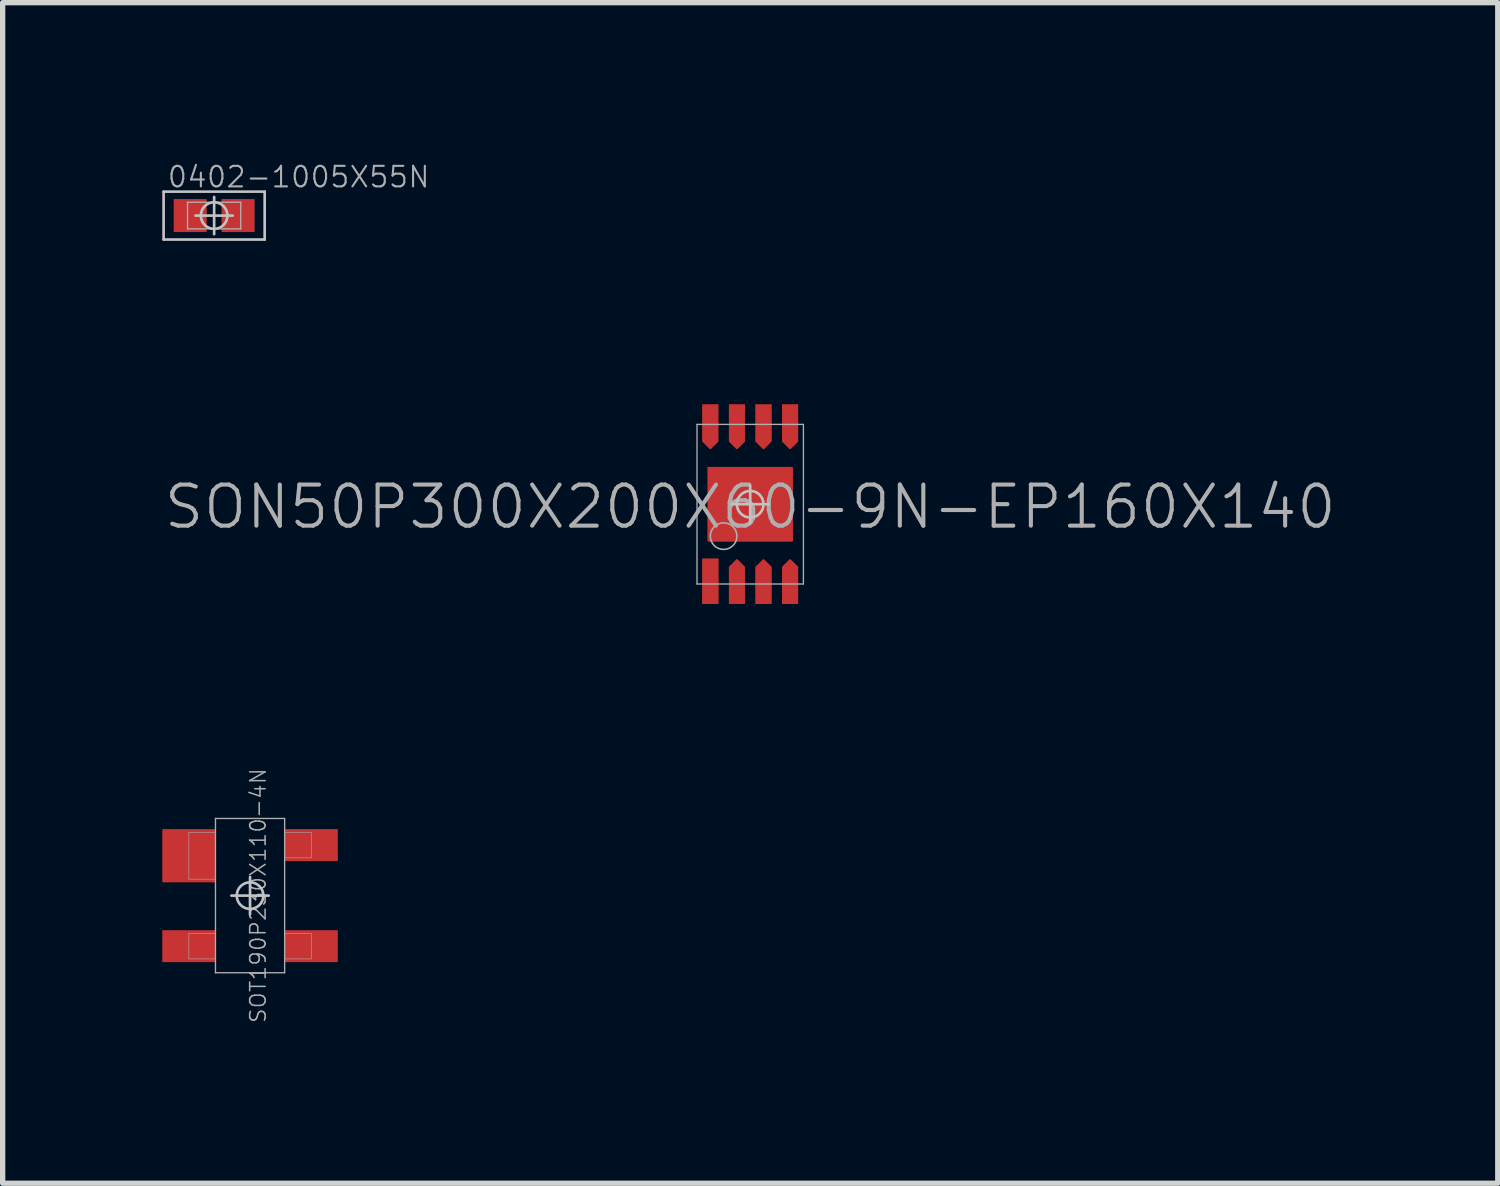
<source format=kicad_pcb>
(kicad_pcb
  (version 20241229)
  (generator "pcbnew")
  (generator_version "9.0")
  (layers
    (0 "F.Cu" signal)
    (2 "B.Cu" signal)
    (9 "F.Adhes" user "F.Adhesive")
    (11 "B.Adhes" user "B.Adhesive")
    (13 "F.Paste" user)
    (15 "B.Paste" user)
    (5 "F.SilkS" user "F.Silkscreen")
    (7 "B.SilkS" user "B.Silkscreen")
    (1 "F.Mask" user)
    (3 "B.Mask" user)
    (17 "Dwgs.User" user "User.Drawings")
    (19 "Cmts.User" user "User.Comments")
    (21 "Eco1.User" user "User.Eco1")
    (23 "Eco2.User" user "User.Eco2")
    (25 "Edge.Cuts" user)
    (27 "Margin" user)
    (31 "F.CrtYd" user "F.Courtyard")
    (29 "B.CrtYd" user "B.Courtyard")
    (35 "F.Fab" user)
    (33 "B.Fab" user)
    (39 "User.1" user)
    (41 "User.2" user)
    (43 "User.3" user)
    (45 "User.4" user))
  (footprint "0402-1005X55N"
    (layer "F.Cu")
    (at 0.975 1.002)
    (property "Reference" "0402-1005X55N" (at -0.9 -0.5 0) (layer "F.Fab") (effects (font (size 0.386 0.386) (thickness 0.039)) (justify left bottom)))
    (attr through_hole)
    (fp_line (start -0.95 -0.45) (end 0.95 -0.45) (stroke (width 0.05) (type solid)) (layer "Dwgs.User"))
    (fp_line (start -0.95 0.45) (end -0.95 -0.45) (stroke (width 0.05) (type solid)) (layer "Dwgs.User"))
    (fp_line (start -0.35 0) (end 0.35 0) (stroke (width 0.05) (type solid)) (layer "Dwgs.User"))
    (fp_line (start 0 0.35) (end 0 -0.35) (stroke (width 0.05) (type solid)) (layer "Dwgs.User"))
    (fp_line (start 0.95 -0.45) (end 0.95 0.45) (stroke (width 0.05) (type solid)) (layer "Dwgs.User"))
    (fp_line (start 0.95 0.45) (end -0.95 0.45) (stroke (width 0.05) (type solid)) (layer "Dwgs.User"))
    (fp_circle (center 0 0) (end 0.25 0) (stroke (width 0.05) (type solid)) (fill no) (layer "Dwgs.User"))
    (fp_line (start -0.5 -0.25) (end -0.5 0.25) (stroke (width 0.025) (type solid)) (layer "F.Fab"))
    (fp_line (start -0.5 0.25) (end 0.5 0.25) (stroke (width 0.025) (type solid)) (layer "F.Fab"))
    (fp_line (start 0.5 -0.25) (end -0.5 -0.25) (stroke (width 0.025) (type solid)) (layer "F.Fab"))
    (fp_line (start 0.5 0.25) (end 0.5 -0.25) (stroke (width 0.025) (type solid)) (layer "F.Fab"))
    (pad "1" smd roundrect (at -0.45 0) (size 0.62 0.62) (layers "F.Cu" "F.Mask" "F.Paste") (roundrect_rratio 0.015))
    (pad "2" smd roundrect (at 0.45 0) (size 0.62 0.62) (layers "F.Cu" "F.Mask" "F.Paste") (roundrect_rratio 0.015)))
  (footprint "SON50P300X200X60-9N-EP160X140"
    (layer "F.Cu")
    (at 11.051 6.427)
    (property "Reference" "SON50P300X200X60-9N-EP160X140" (at 0 0.05 180) (layer "F.Fab") (effects (font (size 0.772 0.772) (thickness 0.077))))
    (attr through_hole)
    (fp_poly (pts (xy -0.902 1.873) (xy -0.902 1.022) (xy -0.597 1.022) (xy -0.597 1.873)) (stroke (width 0) (type solid)) (fill yes) (layer "F.Cu"))
    (fp_poly (pts (xy 0.8 -0.7) (xy -0.8 -0.7) (xy -0.8 0.7) (xy 0.8 0.7)) (stroke (width 0) (type solid)) (fill yes) (layer "F.Cu"))
    (fp_poly (pts (xy -0.6 -1.875) (xy -0.6 -1.175) (xy -0.74 -1.035) (xy -0.75 -1.035) (xy -0.76 -1.035) (xy -0.9 -1.175) (xy -0.9 -1.875)) (stroke (width 0) (type solid)) (fill yes) (layer "F.Cu"))
    (fp_poly (pts (xy -0.4 1.875) (xy -0.4 1.175) (xy -0.26 1.035) (xy -0.25 1.035) (xy -0.24 1.035) (xy -0.1 1.175) (xy -0.1 1.875)) (stroke (width 0) (type solid)) (fill yes) (layer "F.Cu"))
    (fp_poly (pts (xy -0.1 -1.875) (xy -0.1 -1.175) (xy -0.24 -1.035) (xy -0.25 -1.035) (xy -0.26 -1.035) (xy -0.4 -1.175) (xy -0.4 -1.875)) (stroke (width 0) (type solid)) (fill yes) (layer "F.Cu"))
    (fp_poly (pts (xy 0.1 1.875) (xy 0.1 1.175) (xy 0.24 1.035) (xy 0.25 1.035) (xy 0.26 1.035) (xy 0.4 1.175) (xy 0.4 1.875)) (stroke (width 0) (type solid)) (fill yes) (layer "F.Cu"))
    (fp_poly (pts (xy 0.4 -1.875) (xy 0.4 -1.175) (xy 0.26 -1.035) (xy 0.25 -1.035) (xy 0.24 -1.035) (xy 0.1 -1.175) (xy 0.1 -1.875)) (stroke (width 0) (type solid)) (fill yes) (layer "F.Cu"))
    (fp_poly (pts (xy 0.6 1.875) (xy 0.6 1.175) (xy 0.74 1.035) (xy 0.75 1.035) (xy 0.76 1.035) (xy 0.9 1.175) (xy 0.9 1.875)) (stroke (width 0) (type solid)) (fill yes) (layer "F.Cu"))
    (fp_poly (pts (xy 0.9 -1.875) (xy 0.9 -1.175) (xy 0.76 -1.035) (xy 0.75 -1.035) (xy 0.74 -1.035) (xy 0.6 -1.175) (xy 0.6 -1.875)) (stroke (width 0) (type solid)) (fill yes) (layer "F.Cu"))
    (fp_poly (pts (xy -0.525 1.95) (xy -0.525 0.95) (xy -0.975 0.95) (xy -0.975 1.95)) (stroke (width 0) (type solid)) (fill yes) (layer "F.Mask"))
    (fp_poly (pts (xy 0.875 -0.775) (xy -0.875 -0.775) (xy -0.875 0.775) (xy 0.875 0.775)) (stroke (width 0) (type solid)) (fill yes) (layer "F.Mask"))
    (fp_poly (pts (xy -0.025 1.95) (xy -0.025 1.175) (xy -0.054 1.067) (xy -0.133 0.989) (xy -0.24 0.96) (xy -0.25 0.96) (xy -0.26 0.96) (xy -0.367 0.989) (xy -0.475 1.175) (xy -0.475 1.95)) (stroke (width 0) (type solid)) (fill yes) (layer "F.Mask"))
    (fp_poly (pts (xy 0.475 1.95) (xy 0.475 1.175) (xy 0.446 1.067) (xy 0.367 0.989) (xy 0.26 0.96) (xy 0.25 0.96) (xy 0.24 0.96) (xy 0.133 0.989) (xy 0.025 1.175) (xy 0.025 1.95)) (stroke (width 0) (type solid)) (fill yes) (layer "F.Mask"))
    (fp_poly (pts (xy 0.975 1.95) (xy 0.975 1.175) (xy 0.946 1.067) (xy 0.868 0.989) (xy 0.76 0.96) (xy 0.75 0.96) (xy 0.74 0.96) (xy 0.632 0.989) (xy 0.525 1.175) (xy 0.525 1.95)) (stroke (width 0) (type solid)) (fill yes) (layer "F.Mask"))
    (fp_poly (pts (xy -0.975 -1.95) (xy -0.975 -1.175) (xy -0.946 -1.067) (xy -0.868 -0.989) (xy -0.76 -0.96) (xy -0.75 -0.96) (xy -0.74 -0.96) (xy -0.632 -0.989) (xy -0.554 -1.067) (xy -0.525 -1.175) (xy -0.525 -1.95)) (stroke (width 0) (type solid)) (fill yes) (layer "F.Mask"))
    (fp_poly (pts (xy -0.475 -1.95) (xy -0.475 -1.175) (xy -0.446 -1.067) (xy -0.367 -0.989) (xy -0.26 -0.96) (xy -0.25 -0.96) (xy -0.24 -0.96) (xy -0.133 -0.989) (xy -0.054 -1.067) (xy -0.025 -1.175) (xy -0.025 -1.95)) (stroke (width 0) (type solid)) (fill yes) (layer "F.Mask"))
    (fp_poly (pts (xy 0.025 -1.95) (xy 0.025 -1.175) (xy 0.054 -1.067) (xy 0.133 -0.989) (xy 0.24 -0.96) (xy 0.25 -0.96) (xy 0.26 -0.96) (xy 0.367 -0.989) (xy 0.446 -1.067) (xy 0.475 -1.175) (xy 0.475 -1.95)) (stroke (width 0) (type solid)) (fill yes) (layer "F.Mask"))
    (fp_poly (pts (xy 0.525 -1.95) (xy 0.525 -1.175) (xy 0.554 -1.067) (xy 0.632 -0.989) (xy 0.74 -0.96) (xy 0.75 -0.96) (xy 0.76 -0.96) (xy 0.868 -0.989) (xy 0.946 -1.067) (xy 0.975 -1.175) (xy 0.975 -1.95)) (stroke (width 0) (type solid)) (fill yes) (layer "F.Mask"))
    (fp_poly (pts (xy -0.6 1.875) (xy -0.6 1.025) (xy -0.9 1.025) (xy -0.9 1.875)) (stroke (width 0) (type solid)) (fill yes) (layer "F.Paste"))
    (fp_poly (pts (xy -0.1 -0.1) (xy -0.1 -0.65) (xy -0.75 -0.65) (xy -0.75 -0.1)) (stroke (width 0) (type solid)) (fill yes) (layer "F.Paste"))
    (fp_poly (pts (xy -0.1 0.65) (xy -0.1 0.1) (xy -0.75 0.1) (xy -0.75 0.65)) (stroke (width 0) (type solid)) (fill yes) (layer "F.Paste"))
    (fp_poly (pts (xy 0.75 -0.1) (xy 0.75 -0.65) (xy 0.1 -0.65) (xy 0.1 -0.1)) (stroke (width 0) (type solid)) (fill yes) (layer "F.Paste"))
    (fp_poly (pts (xy 0.75 0.65) (xy 0.75 0.1) (xy 0.1 0.1) (xy 0.1 0.65)) (stroke (width 0) (type solid)) (fill yes) (layer "F.Paste"))
    (fp_poly (pts (xy -0.6 -1.87) (xy -0.6 -1.17) (xy -0.74 -1.03) (xy -0.76 -1.03) (xy -0.9 -1.17) (xy -0.9 -1.87)) (stroke (width 0) (type solid)) (fill yes) (layer "F.Paste"))
    (fp_poly (pts (xy -0.4 1.875) (xy -0.4 1.175) (xy -0.26 1.035) (xy -0.24 1.035) (xy -0.1 1.175) (xy -0.1 1.875)) (stroke (width 0) (type solid)) (fill yes) (layer "F.Paste"))
    (fp_poly (pts (xy -0.1 -1.875) (xy -0.1 -1.175) (xy -0.24 -1.035) (xy -0.26 -1.035) (xy -0.4 -1.175) (xy -0.4 -1.875)) (stroke (width 0) (type solid)) (fill yes) (layer "F.Paste"))
    (fp_poly (pts (xy 0.1 1.875) (xy 0.1 1.175) (xy 0.24 1.035) (xy 0.26 1.035) (xy 0.4 1.175) (xy 0.4 1.875)) (stroke (width 0) (type solid)) (fill yes) (layer "F.Paste"))
    (fp_poly (pts (xy 0.4 -1.875) (xy 0.4 -1.175) (xy 0.26 -1.035) (xy 0.24 -1.035) (xy 0.1 -1.175) (xy 0.1 -1.875)) (stroke (width 0) (type solid)) (fill yes) (layer "F.Paste"))
    (fp_poly (pts (xy 0.6 1.875) (xy 0.6 1.175) (xy 0.74 1.035) (xy 0.76 1.035) (xy 0.9 1.175) (xy 0.9 1.875)) (stroke (width 0) (type solid)) (fill yes) (layer "F.Paste"))
    (fp_poly (pts (xy 0.9 -1.875) (xy 0.9 -1.175) (xy 0.76 -1.035) (xy 0.74 -1.035) (xy 0.6 -1.175) (xy 0.6 -1.875)) (stroke (width 0) (type solid)) (fill yes) (layer "F.Paste"))
    (fp_line (start -0.35 0) (end 0.35 0) (stroke (width 0.05) (type solid)) (layer "Dwgs.User"))
    (fp_line (start 0 0.35) (end 0 -0.35) (stroke (width 0.05) (type solid)) (layer "Dwgs.User"))
    (fp_circle (center 0 0) (end 0.25 0) (stroke (width 0.05) (type solid)) (fill no) (layer "Dwgs.User"))
    (fp_line (start -1 -1.5) (end -1 1.5) (stroke (width 0.025) (type solid)) (layer "F.Fab"))
    (fp_line (start -1 1.5) (end 1 1.5) (stroke (width 0.025) (type solid)) (layer "F.Fab"))
    (fp_line (start 1 -1.5) (end -1 -1.5) (stroke (width 0.025) (type solid)) (layer "F.Fab"))
    (fp_line (start 1 1.5) (end 1 -1.5) (stroke (width 0.025) (type solid)) (layer "F.Fab"))
    (fp_circle (center -0.5 0.6) (end -0.25 0.6) (stroke (width 0.03) (type solid)) (fill no) (layer "F.Fab"))
    (pad "1" smd roundrect (at -0.75 1.45) (size 0.3 0.85) (layers "F.Cu" "F.Mask") (roundrect_rratio 0.015))
    (pad "2" smd roundrect (at -0.25 1.525) (size 0.3 0.7) (layers "F.Cu" "F.Mask") (roundrect_rratio 0.015))
    (pad "3" smd roundrect (at 0.25 1.525) (size 0.3 0.7) (layers "F.Cu" "F.Mask") (roundrect_rratio 0.015))
    (pad "4" smd roundrect (at 0.75 1.525) (size 0.3 0.7) (layers "F.Cu" "F.Mask") (roundrect_rratio 0.015))
    (pad "5" smd roundrect (at 0.75 -1.525) (size 0.3 0.7) (layers "F.Cu" "F.Mask") (roundrect_rratio 0.015))
    (pad "6" smd roundrect (at 0.25 -1.525) (size 0.3 0.7) (layers "F.Cu" "F.Mask") (roundrect_rratio 0.015))
    (pad "7" smd roundrect (at -0.25 -1.525) (size 0.3 0.7) (layers "F.Cu" "F.Mask") (roundrect_rratio 0.015))
    (pad "8" smd roundrect (at -0.75 -1.525) (size 0.3 0.7) (layers "F.Cu" "F.Mask") (roundrect_rratio 0.015))
    (pad "9" smd roundrect (at 0 0) (size 1.6 1.4) (layers "F.Cu" "F.Mask") (roundrect_rratio 0.015)))
  (footprint "SOT190P230X110-4N"
    (layer "F.Cu")
    (at 1.65 13.784)
    (property "Reference" "SOT190P230X110-4N" (at 0.15 0 270) (layer "F.Fab") (effects (font (size 0.29 0.29) (thickness 0.029))))
    (attr through_hole)
    (fp_line (start -0.35 0) (end 0.35 0) (stroke (width 0.05) (type solid)) (layer "Dwgs.User"))
    (fp_line (start 0 0.35) (end 0 -0.35) (stroke (width 0.05) (type solid)) (layer "Dwgs.User"))
    (fp_circle (center 0 0) (end 0.25 0) (stroke (width 0.05) (type solid)) (fill no) (layer "Dwgs.User"))
    (fp_line (start -1.15 -1.19) (end -1.15 -0.31) (stroke (width 0.01) (type solid)) (layer "F.Fab"))
    (fp_line (start -1.15 -0.31) (end -0.65 -0.31) (stroke (width 0.01) (type solid)) (layer "F.Fab"))
    (fp_line (start -1.15 0.71) (end -1.15 1.19) (stroke (width 0.01) (type solid)) (layer "F.Fab"))
    (fp_line (start -1.15 1.19) (end -0.65 1.19) (stroke (width 0.01) (type solid)) (layer "F.Fab"))
    (fp_line (start -0.65 -1.45) (end -0.65 1.45) (stroke (width 0.025) (type solid)) (layer "F.Fab"))
    (fp_line (start -0.65 -1.19) (end -1.15 -1.19) (stroke (width 0.01) (type solid)) (layer "F.Fab"))
    (fp_line (start -0.65 -0.31) (end -0.65 -1.19) (stroke (width 0.01) (type solid)) (layer "F.Fab"))
    (fp_line (start -0.65 0.71) (end -1.15 0.71) (stroke (width 0.01) (type solid)) (layer "F.Fab"))
    (fp_line (start -0.65 1.19) (end -0.65 0.71) (stroke (width 0.01) (type solid)) (layer "F.Fab"))
    (fp_line (start -0.65 1.45) (end 0.65 1.45) (stroke (width 0.025) (type solid)) (layer "F.Fab"))
    (fp_line (start 0.65 -1.45) (end -0.65 -1.45) (stroke (width 0.025) (type solid)) (layer "F.Fab"))
    (fp_line (start 0.65 -1.19) (end 0.65 -0.71) (stroke (width 0.01) (type solid)) (layer "F.Fab"))
    (fp_line (start 0.65 -0.71) (end 1.15 -0.71) (stroke (width 0.01) (type solid)) (layer "F.Fab"))
    (fp_line (start 0.65 0.71) (end 0.65 1.19) (stroke (width 0.01) (type solid)) (layer "F.Fab"))
    (fp_line (start 0.65 1.19) (end 1.15 1.19) (stroke (width 0.01) (type solid)) (layer "F.Fab"))
    (fp_line (start 0.65 1.45) (end 0.65 -1.45) (stroke (width 0.025) (type solid)) (layer "F.Fab"))
    (fp_line (start 1.15 -1.19) (end 0.65 -1.19) (stroke (width 0.01) (type solid)) (layer "F.Fab"))
    (fp_line (start 1.15 -0.71) (end 1.15 -1.19) (stroke (width 0.01) (type solid)) (layer "F.Fab"))
    (fp_line (start 1.15 0.71) (end 0.65 0.71) (stroke (width 0.01) (type solid)) (layer "F.Fab"))
    (fp_line (start 1.15 1.19) (end 1.15 0.71) (stroke (width 0.01) (type solid)) (layer "F.Fab"))
    (pad "1" smd roundrect (at -1.15 -0.75) (size 1 1) (layers "F.Cu" "F.Mask" "F.Paste") (roundrect_rratio 0.015))
    (pad "2" smd roundrect (at -1.15 0.95) (size 1 0.6) (layers "F.Cu" "F.Mask" "F.Paste") (roundrect_rratio 0.015))
    (pad "3" smd roundrect (at 1.15 0.95) (size 1 0.6) (layers "F.Cu" "F.Mask" "F.Paste") (roundrect_rratio 0.015))
    (pad "4" smd roundrect (at 1.15 -0.95) (size 1 0.6) (layers "F.Cu" "F.Mask" "F.Paste") (roundrect_rratio 0.015)))
  (gr_rect
    (start -3 -3)
    (end 25.102 19.19)
    (stroke (width 0.1) (type default))
    (fill no)
    (layer "Edge.Cuts")))
</source>
